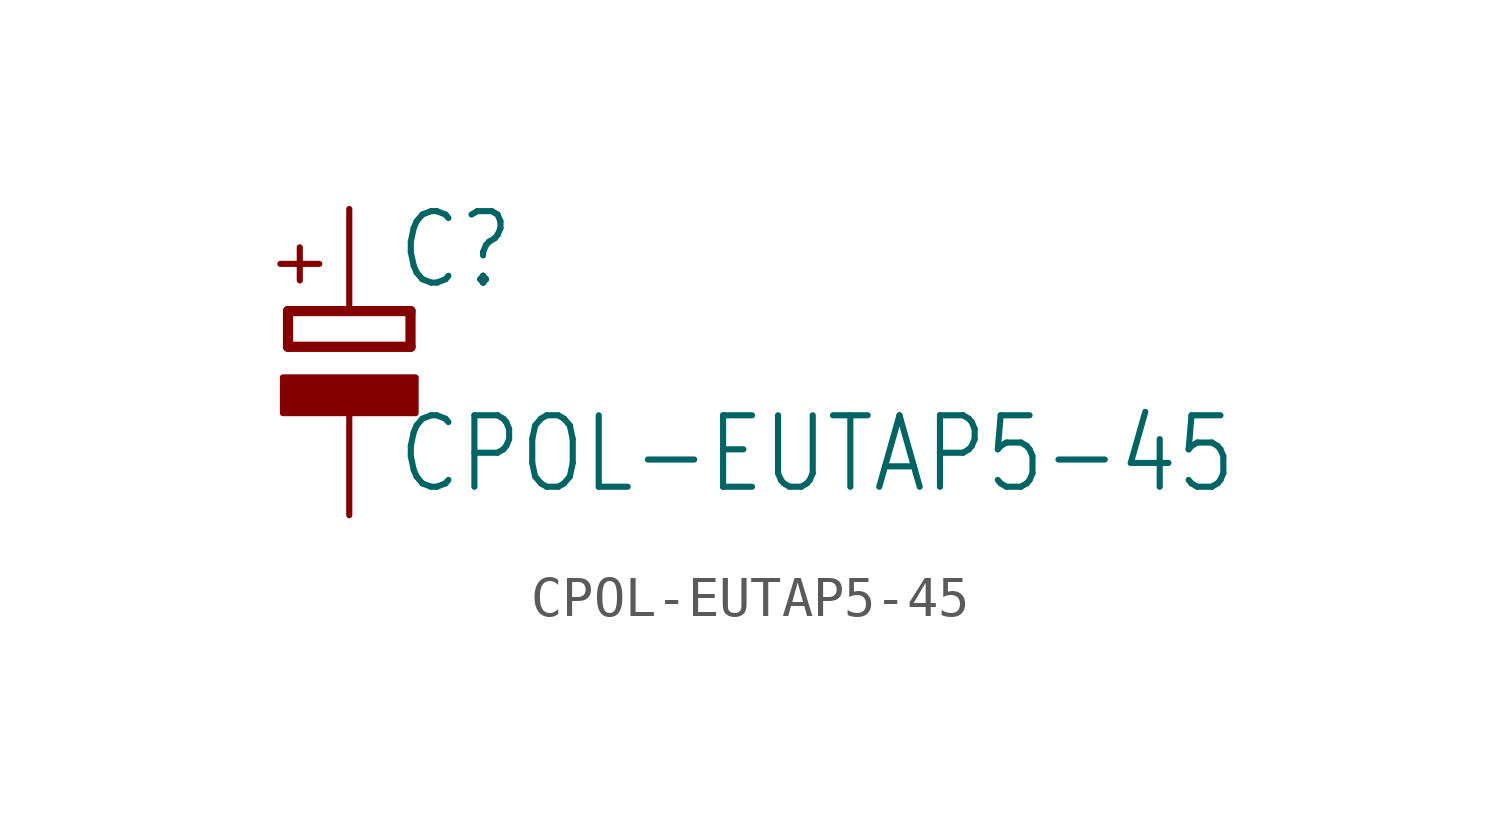
<source format=kicad_sym>
(kicad_symbol_lib
  (version 20220331)
  (generator kicad_symbol_editor)
  (symbol "CPOL-EUTAP5-45"
    (property "Reference" "C"
      (at 1.143 0.483 0)
      (effects (font (size 1.778 1.511)) (justify left bottom)))
    (property "Value" "CPOL-EUTAP5-45"
      (at 1.143 -4.597 0)
      (effects (font (size 1.778 1.511)) (justify left bottom)))
    (property "ki_locked" ""
      (at 0 0 0)
      (effects (font (size 1.27 1.27))))
    (symbol "CPOL-EUTAP5-45_1_0"
      (rectangle (start -1.651 -2.54) (end 1.651 -1.651) (stroke (width 0) (type default)) (fill (type outline)))
      (polyline (pts (xy -1.524 -0.889) (xy 1.524 -0.889)) (stroke (width 0.254) (type solid)) (fill (type none)))
      (polyline (pts (xy -1.524 0) (xy -1.524 -0.889)) (stroke (width 0.254) (type solid)) (fill (type none)))
      (polyline (pts (xy -1.524 0) (xy 1.524 0)) (stroke (width 0.254) (type solid)) (fill (type none)))
      (polyline (pts (xy 1.524 -0.889) (xy 1.524 0)) (stroke (width 0.254) (type solid)) (fill (type none)))
      (text "+" (at -0.584 0.406 900) (effects (font (size 1.27 1.079)) (justify left bottom)))
      (pin passive line (at 0 2.54 270) (length 2.54) (name "+" (effects (font (size 0 0)))) (number "+" (effects (font (size 0 0)))))
      (pin passive line (at 0 -5.08 90) (length 2.54) (name "-" (effects (font (size 0 0)))) (number "-" (effects (font (size 0 0))))))))
</source>
